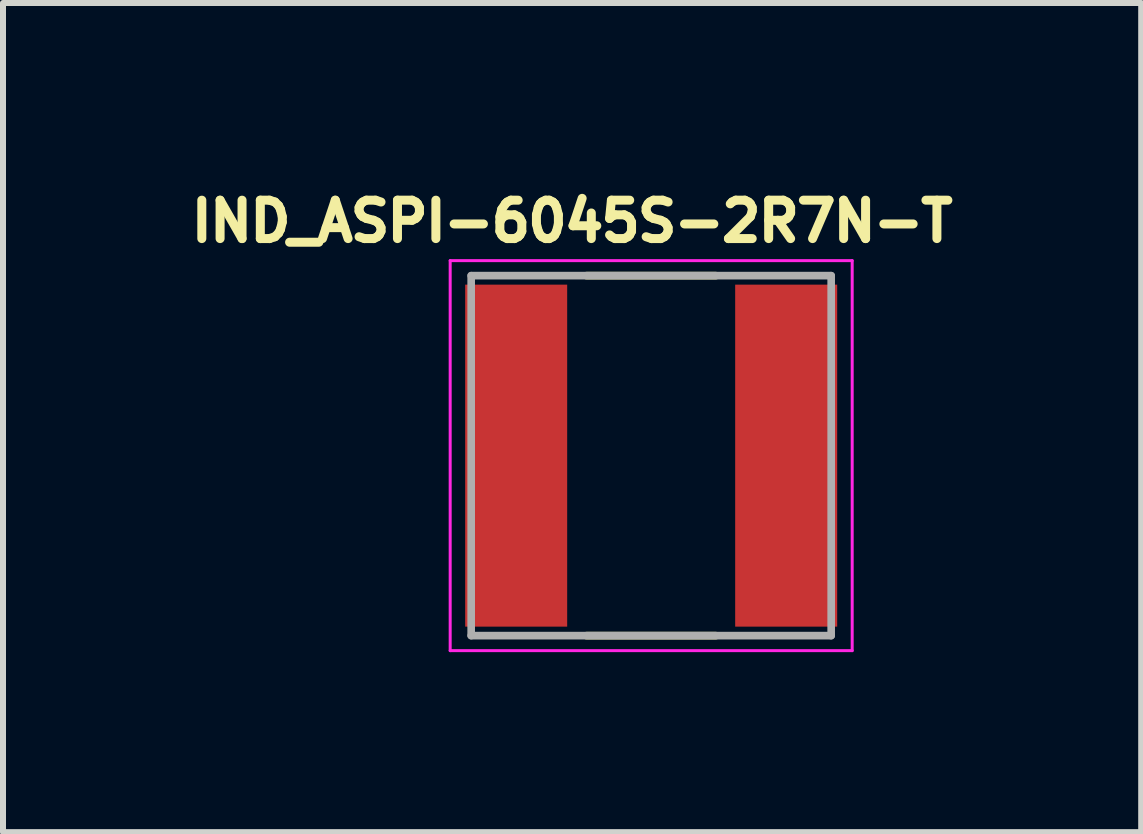
<source format=kicad_pcb>
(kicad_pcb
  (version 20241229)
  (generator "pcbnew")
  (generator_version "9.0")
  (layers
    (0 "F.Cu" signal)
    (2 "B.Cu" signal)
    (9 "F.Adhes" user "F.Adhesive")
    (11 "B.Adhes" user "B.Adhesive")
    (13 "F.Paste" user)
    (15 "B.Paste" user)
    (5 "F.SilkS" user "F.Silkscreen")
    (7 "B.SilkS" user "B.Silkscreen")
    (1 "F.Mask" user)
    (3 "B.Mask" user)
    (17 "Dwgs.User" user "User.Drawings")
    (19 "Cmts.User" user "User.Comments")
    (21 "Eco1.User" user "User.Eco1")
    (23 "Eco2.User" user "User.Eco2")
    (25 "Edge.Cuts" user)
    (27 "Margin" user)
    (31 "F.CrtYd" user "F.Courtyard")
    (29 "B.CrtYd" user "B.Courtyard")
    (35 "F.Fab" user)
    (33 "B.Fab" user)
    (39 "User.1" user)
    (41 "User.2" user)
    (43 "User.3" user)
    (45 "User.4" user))
  (footprint "IND_ASPI-6045S-2R7N-T"
    (layer "F.Cu")
    (at 7.803 4.544)
    (property "Reference" "IND_ASPI-6045S-2R7N-T" (at -1.318 -3.906 0) (layer "F.SilkS") (effects (font (size 0.64 0.64) (thickness 0.15))))
    (attr smd)
    (fp_line (start -1.08 -3) (end 1.08 -3) (stroke (width 0.127) (type solid)) (layer "F.SilkS"))
    (fp_line (start -1.08 3) (end 1.08 3) (stroke (width 0.127) (type solid)) (layer "F.SilkS"))
    (fp_line (start -3.35 -3.25) (end -3.35 3.25) (stroke (width 0.05) (type solid)) (layer "F.CrtYd"))
    (fp_line (start -3.35 3.25) (end 3.35 3.25) (stroke (width 0.05) (type solid)) (layer "F.CrtYd"))
    (fp_line (start 3.35 -3.25) (end -3.35 -3.25) (stroke (width 0.05) (type solid)) (layer "F.CrtYd"))
    (fp_line (start 3.35 3.25) (end 3.35 -3.25) (stroke (width 0.05) (type solid)) (layer "F.CrtYd"))
    (fp_line (start -3 -3) (end -3 3) (stroke (width 0.127) (type solid)) (layer "F.Fab"))
    (fp_line (start -3 -3) (end 3 -3) (stroke (width 0.127) (type solid)) (layer "F.Fab"))
    (fp_line (start -3 3) (end 3 3) (stroke (width 0.127) (type solid)) (layer "F.Fab"))
    (fp_line (start 3 -3) (end 3 3) (stroke (width 0.127) (type solid)) (layer "F.Fab"))
    (pad "1" smd rect (at -2.25 0) (size 1.7 5.7) (layers "F.Cu" "F.Mask" "F.Paste"))
    (pad "2" smd rect (at 2.25 0) (size 1.7 5.7) (layers "F.Cu" "F.Mask" "F.Paste")))
  (gr_rect
    (start -3 -3)
    (end 15.97 10.819)
    (stroke (width 0.1) (type default))
    (fill no)
    (layer "Edge.Cuts")))
</source>
